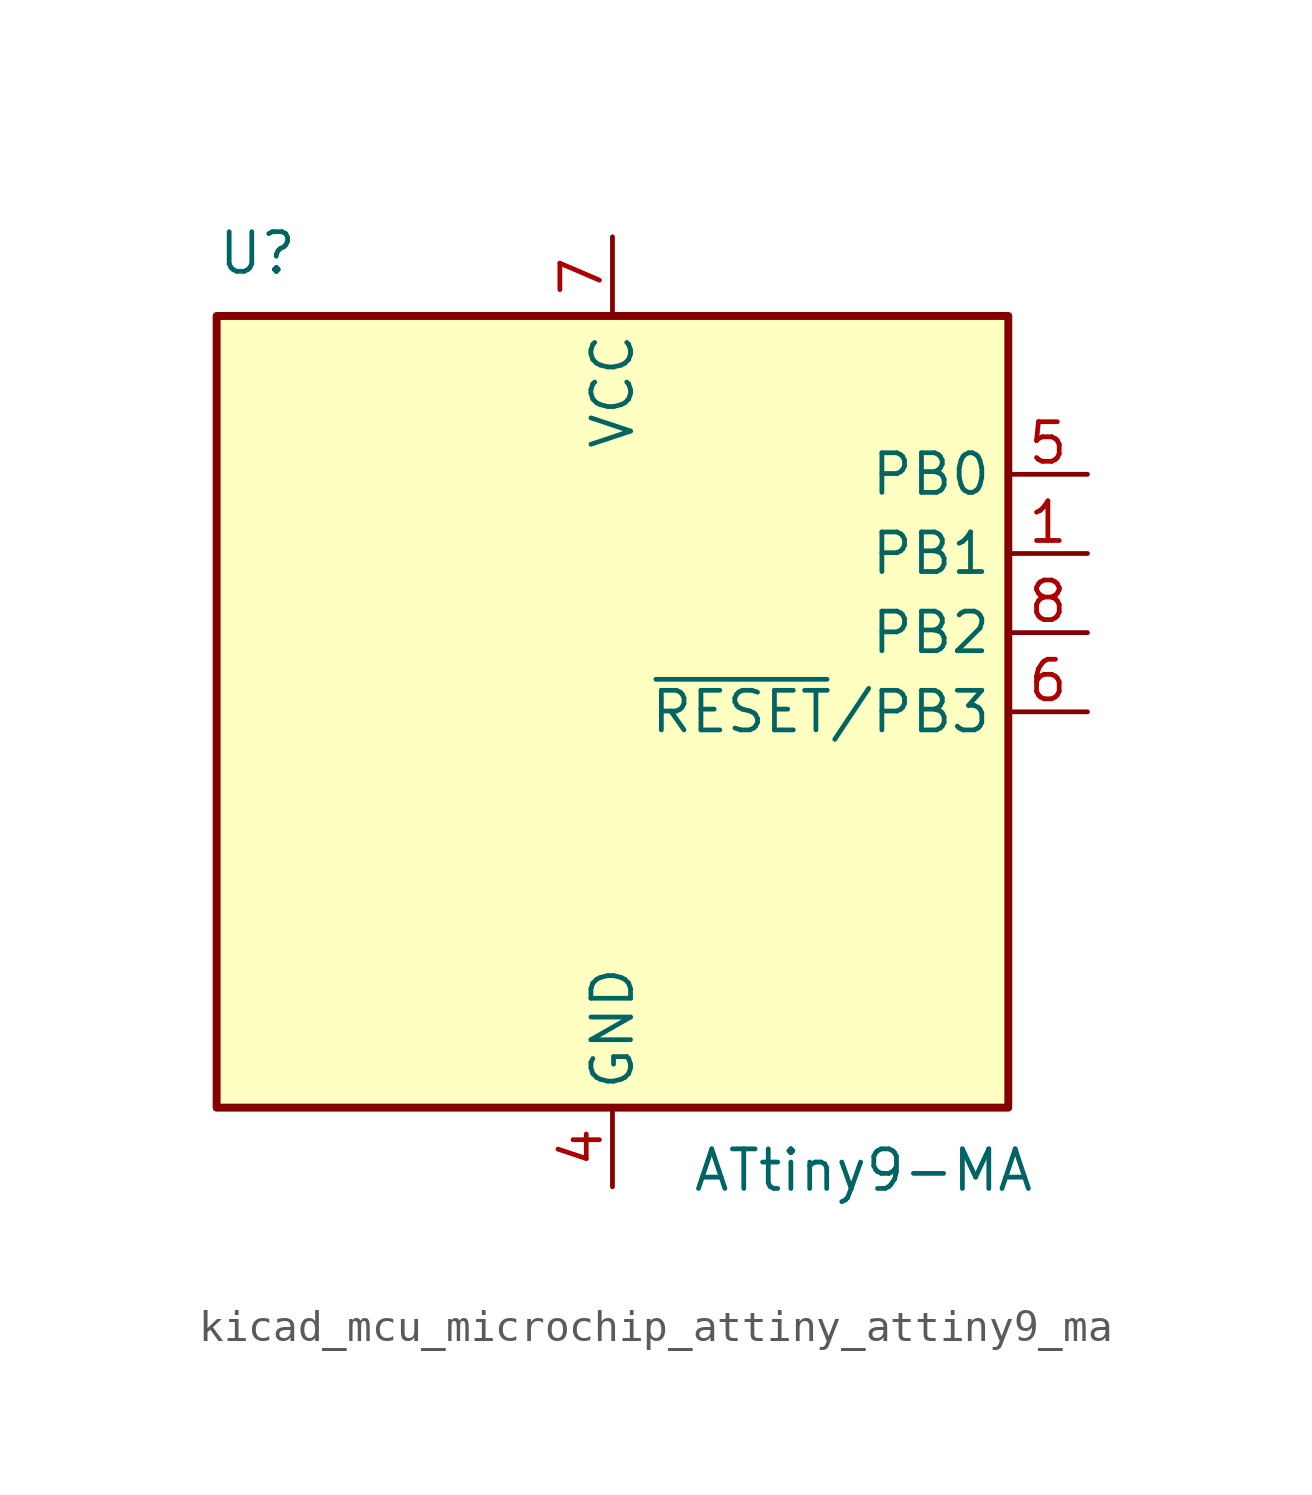
<source format=kicad_sym>
(kicad_symbol_lib
  (version 20220914)
  (generator kicad_symbol_editor)
  (symbol "kicad_mcu_microchip_attiny_attiny9_ma"
    (property "Reference" "U"
      (at -12.7 13.97 0)
      (effects (font (size 1.27 1.27)) (justify left bottom)))
    (property "Value" "ATtiny9-MA"
      (at 2.54 -13.97 0)
      (effects (font (size 1.27 1.27)) (justify left top)))
    (symbol "kicad_mcu_microchip_attiny_attiny9_ma_0_1"
      (rectangle (start -12.7 -12.7) (end 12.7 12.7) (stroke (width 0.254) (type default)) (fill (type background))))
    (symbol "kicad_mcu_microchip_attiny_attiny9_ma_1_1"
      (pin bidirectional line (at 15.24 5.08 180) (length 2.54) (name "PB1" (effects (font (size 1.27 1.27)))) (number "1" (effects (font (size 1.27 1.27)))))
      (pin no_connect line (at -12.7 7.62 0) (length 2.54) hide (name "NC" (effects (font (size 1.27 1.27)))) (number "2" (effects (font (size 1.27 1.27)))))
      (pin no_connect line (at -12.7 5.08 0) (length 2.54) hide (name "NC" (effects (font (size 1.27 1.27)))) (number "3" (effects (font (size 1.27 1.27)))))
      (pin power_in line (at 0 -15.24 90) (length 2.54) (name "GND" (effects (font (size 1.27 1.27)))) (number "4" (effects (font (size 1.27 1.27)))))
      (pin bidirectional line (at 15.24 7.62 180) (length 2.54) (name "PB0" (effects (font (size 1.27 1.27)))) (number "5" (effects (font (size 1.27 1.27)))))
      (pin bidirectional line (at 15.24 0 180) (length 2.54) (name "~{RESET}/PB3" (effects (font (size 1.27 1.27)))) (number "6" (effects (font (size 1.27 1.27)))))
      (pin power_in line (at 0 15.24 270) (length 2.54) (name "VCC" (effects (font (size 1.27 1.27)))) (number "7" (effects (font (size 1.27 1.27)))))
      (pin bidirectional line (at 15.24 2.54 180) (length 2.54) (name "PB2" (effects (font (size 1.27 1.27)))) (number "8" (effects (font (size 1.27 1.27))))))))
</source>
